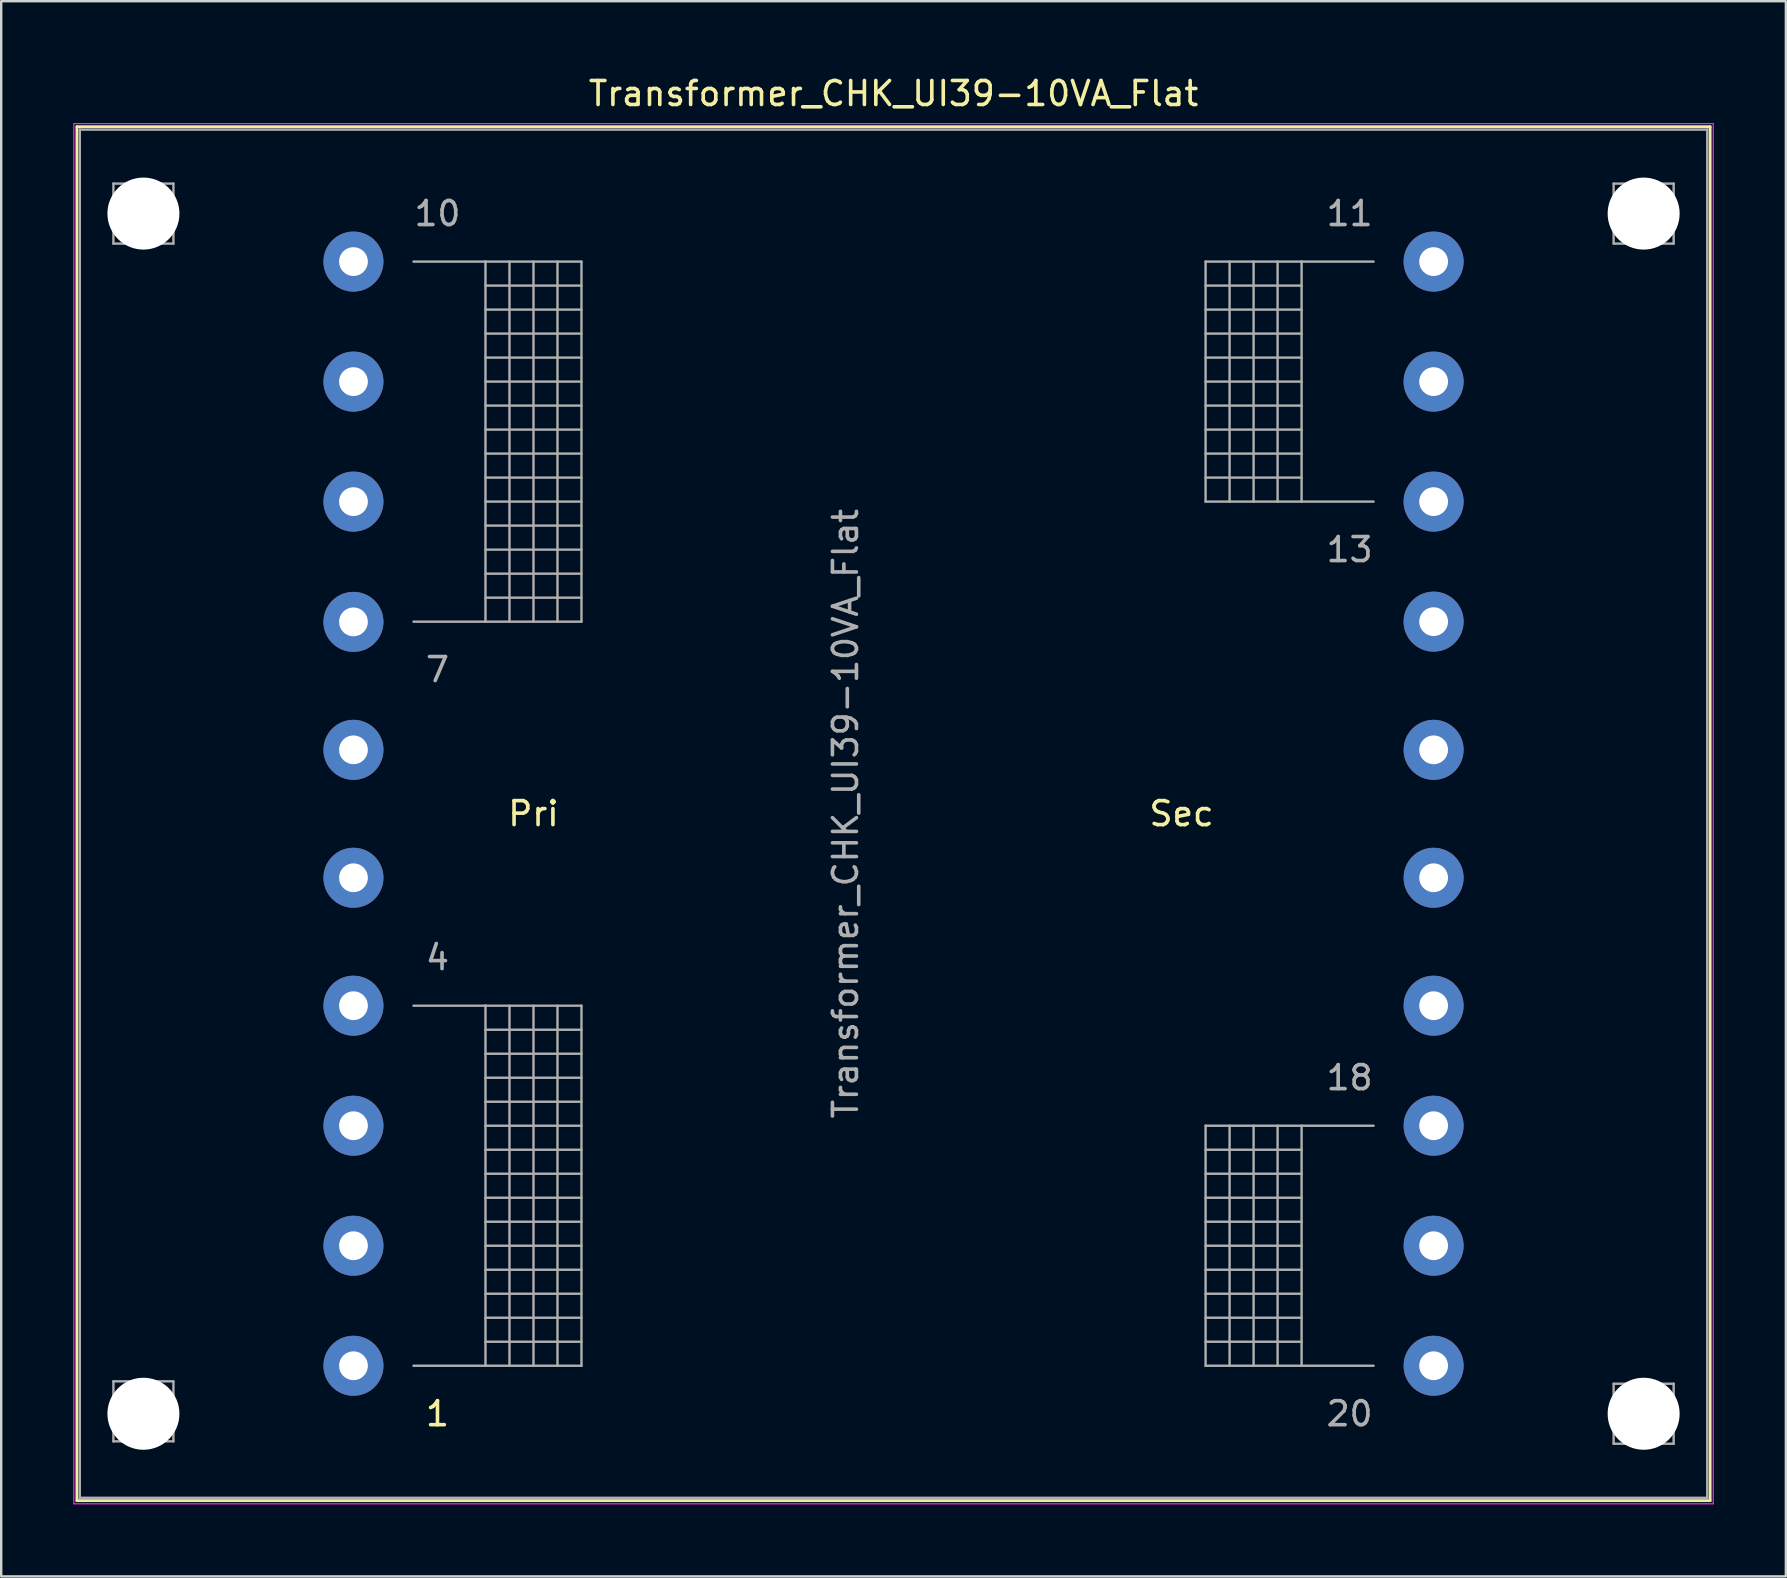
<source format=kicad_pcb>
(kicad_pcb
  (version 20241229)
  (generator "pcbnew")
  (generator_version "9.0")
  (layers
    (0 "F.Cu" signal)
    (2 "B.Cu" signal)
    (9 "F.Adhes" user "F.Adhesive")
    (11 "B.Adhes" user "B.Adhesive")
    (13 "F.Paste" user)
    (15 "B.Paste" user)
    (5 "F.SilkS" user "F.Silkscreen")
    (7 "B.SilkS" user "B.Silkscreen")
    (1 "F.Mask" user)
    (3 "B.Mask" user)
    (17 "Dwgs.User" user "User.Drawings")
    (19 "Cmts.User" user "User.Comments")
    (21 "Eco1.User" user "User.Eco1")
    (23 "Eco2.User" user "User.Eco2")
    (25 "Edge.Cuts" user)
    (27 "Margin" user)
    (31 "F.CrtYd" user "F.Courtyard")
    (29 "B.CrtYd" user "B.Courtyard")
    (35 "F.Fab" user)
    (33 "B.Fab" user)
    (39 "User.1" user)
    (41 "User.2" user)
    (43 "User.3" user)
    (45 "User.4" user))
  (footprint "Transformer_CHK_UI39-10VA_Flat"
    (layer "F.Cu")
    (at 11.675 53.848)
    (property "Reference" "Transformer_CHK_UI39-10VA_Flat" (at 22.5 -53 0) (layer "F.SilkS") (effects (font (size 1 1) (thickness 0.15))))
    (attr through_hole)
    (fp_line (start -11.52 -51.62) (end -11.52 5.62) (stroke (width 0.12) (type solid)) (layer "F.SilkS"))
    (fp_line (start -11.52 -51.62) (end 56.52 -51.62) (stroke (width 0.12) (type solid)) (layer "F.SilkS"))
    (fp_line (start 56.52 5.62) (end -11.52 5.62) (stroke (width 0.12) (type solid)) (layer "F.SilkS"))
    (fp_line (start 56.52 5.62) (end 56.52 -51.62) (stroke (width 0.12) (type solid)) (layer "F.SilkS"))
    (fp_line (start -11.65 -51.75) (end -11.65 5.75) (stroke (width 0.05) (type solid)) (layer "F.CrtYd"))
    (fp_line (start -11.65 -51.75) (end 56.65 -51.75) (stroke (width 0.05) (type solid)) (layer "F.CrtYd"))
    (fp_line (start 56.65 5.75) (end -11.65 5.75) (stroke (width 0.05) (type solid)) (layer "F.CrtYd"))
    (fp_line (start 56.65 5.75) (end 56.65 -51.75) (stroke (width 0.05) (type solid)) (layer "F.CrtYd"))
    (fp_line (start -11.4 -51.5) (end -11.4 5.5) (stroke (width 0.1) (type solid)) (layer "F.Fab"))
    (fp_line (start -11.4 5.5) (end 56.4 5.5) (stroke (width 0.1) (type solid)) (layer "F.Fab"))
    (fp_line (start -10 -49.25) (end -10 -46.75) (stroke (width 0.1) (type solid)) (layer "F.Fab"))
    (fp_line (start -10 -46.75) (end -7.5 -46.75) (stroke (width 0.1) (type solid)) (layer "F.Fab"))
    (fp_line (start -10 0.65) (end -10 3.15) (stroke (width 0.1) (type solid)) (layer "F.Fab"))
    (fp_line (start -10 3.15) (end -7.5 3.15) (stroke (width 0.1) (type solid)) (layer "F.Fab"))
    (fp_line (start -8.75 -49.25) (end -10 -49.25) (stroke (width 0.1) (type solid)) (layer "F.Fab"))
    (fp_line (start -8.75 0.65) (end -10 0.65) (stroke (width 0.1) (type solid)) (layer "F.Fab"))
    (fp_line (start -7.5 -49.25) (end -8.75 -49.25) (stroke (width 0.1) (type solid)) (layer "F.Fab"))
    (fp_line (start -7.5 -46.75) (end -7.5 -49.25) (stroke (width 0.1) (type solid)) (layer "F.Fab"))
    (fp_line (start -7.5 0.65) (end -8.75 0.65) (stroke (width 0.1) (type solid)) (layer "F.Fab"))
    (fp_line (start -7.5 3.15) (end -7.5 0.65) (stroke (width 0.1) (type solid)) (layer "F.Fab"))
    (fp_line (start 2.5 -46) (end 5.5 -46) (stroke (width 0.1) (type solid)) (layer "F.Fab"))
    (fp_line (start 2.5 -15) (end 5.5 -15) (stroke (width 0.1) (type solid)) (layer "F.Fab"))
    (fp_line (start 5.5 -46) (end 5.5 -31) (stroke (width 0.1) (type solid)) (layer "F.Fab"))
    (fp_line (start 5.5 -46) (end 9.5 -46) (stroke (width 0.1) (type solid)) (layer "F.Fab"))
    (fp_line (start 5.5 -45) (end 9.5 -45) (stroke (width 0.1) (type solid)) (layer "F.Fab"))
    (fp_line (start 5.5 -44) (end 9.5 -44) (stroke (width 0.1) (type solid)) (layer "F.Fab"))
    (fp_line (start 5.5 -43) (end 9.5 -43) (stroke (width 0.1) (type solid)) (layer "F.Fab"))
    (fp_line (start 5.5 -42) (end 9.5 -42) (stroke (width 0.1) (type solid)) (layer "F.Fab"))
    (fp_line (start 5.5 -41) (end 9.5 -41) (stroke (width 0.1) (type solid)) (layer "F.Fab"))
    (fp_line (start 5.5 -40) (end 9.5 -40) (stroke (width 0.1) (type solid)) (layer "F.Fab"))
    (fp_line (start 5.5 -39) (end 9.5 -39) (stroke (width 0.1) (type solid)) (layer "F.Fab"))
    (fp_line (start 5.5 -38) (end 9.5 -38) (stroke (width 0.1) (type solid)) (layer "F.Fab"))
    (fp_line (start 5.5 -37) (end 9.5 -37) (stroke (width 0.1) (type solid)) (layer "F.Fab"))
    (fp_line (start 5.5 -36) (end 9.5 -36) (stroke (width 0.1) (type solid)) (layer "F.Fab"))
    (fp_line (start 5.5 -35) (end 9.5 -35) (stroke (width 0.1) (type solid)) (layer "F.Fab"))
    (fp_line (start 5.5 -34) (end 9.5 -34) (stroke (width 0.1) (type solid)) (layer "F.Fab"))
    (fp_line (start 5.5 -33) (end 9.5 -33) (stroke (width 0.1) (type solid)) (layer "F.Fab"))
    (fp_line (start 5.5 -32) (end 9.5 -32) (stroke (width 0.1) (type solid)) (layer "F.Fab"))
    (fp_line (start 5.5 -31) (end 2.5 -31) (stroke (width 0.1) (type solid)) (layer "F.Fab"))
    (fp_line (start 5.5 -15) (end 5.5 0) (stroke (width 0.1) (type solid)) (layer "F.Fab"))
    (fp_line (start 5.5 -15) (end 9.5 -15) (stroke (width 0.1) (type solid)) (layer "F.Fab"))
    (fp_line (start 5.5 -14) (end 9.5 -14) (stroke (width 0.1) (type solid)) (layer "F.Fab"))
    (fp_line (start 5.5 -13) (end 9.5 -13) (stroke (width 0.1) (type solid)) (layer "F.Fab"))
    (fp_line (start 5.5 -12) (end 9.5 -12) (stroke (width 0.1) (type solid)) (layer "F.Fab"))
    (fp_line (start 5.5 -11) (end 9.5 -11) (stroke (width 0.1) (type solid)) (layer "F.Fab"))
    (fp_line (start 5.5 -10) (end 9.5 -10) (stroke (width 0.1) (type solid)) (layer "F.Fab"))
    (fp_line (start 5.5 -9) (end 9.5 -9) (stroke (width 0.1) (type solid)) (layer "F.Fab"))
    (fp_line (start 5.5 -8) (end 9.5 -8) (stroke (width 0.1) (type solid)) (layer "F.Fab"))
    (fp_line (start 5.5 -7) (end 9.5 -7) (stroke (width 0.1) (type solid)) (layer "F.Fab"))
    (fp_line (start 5.5 -6) (end 9.5 -6) (stroke (width 0.1) (type solid)) (layer "F.Fab"))
    (fp_line (start 5.5 -5) (end 9.5 -5) (stroke (width 0.1) (type solid)) (layer "F.Fab"))
    (fp_line (start 5.5 -4) (end 9.5 -4) (stroke (width 0.1) (type solid)) (layer "F.Fab"))
    (fp_line (start 5.5 -3) (end 9.5 -3) (stroke (width 0.1) (type solid)) (layer "F.Fab"))
    (fp_line (start 5.5 -2) (end 9.5 -2) (stroke (width 0.1) (type solid)) (layer "F.Fab"))
    (fp_line (start 5.5 -1) (end 9.5 -1) (stroke (width 0.1) (type solid)) (layer "F.Fab"))
    (fp_line (start 5.5 0) (end 2.5 0) (stroke (width 0.1) (type solid)) (layer "F.Fab"))
    (fp_line (start 6.5 -46) (end 6.5 -31) (stroke (width 0.1) (type solid)) (layer "F.Fab"))
    (fp_line (start 6.5 -15) (end 6.5 0) (stroke (width 0.1) (type solid)) (layer "F.Fab"))
    (fp_line (start 7.5 -31) (end 7.5 -46) (stroke (width 0.1) (type solid)) (layer "F.Fab"))
    (fp_line (start 7.5 0) (end 7.5 -15) (stroke (width 0.1) (type solid)) (layer "F.Fab"))
    (fp_line (start 8.5 -46) (end 8.5 -31) (stroke (width 0.1) (type solid)) (layer "F.Fab"))
    (fp_line (start 8.5 -15) (end 8.5 0) (stroke (width 0.1) (type solid)) (layer "F.Fab"))
    (fp_line (start 9.5 -46) (end 9.5 -31) (stroke (width 0.1) (type solid)) (layer "F.Fab"))
    (fp_line (start 9.5 -31) (end 5.5 -31) (stroke (width 0.1) (type solid)) (layer "F.Fab"))
    (fp_line (start 9.5 -15) (end 9.5 0) (stroke (width 0.1) (type solid)) (layer "F.Fab"))
    (fp_line (start 9.5 0) (end 5.5 0) (stroke (width 0.1) (type solid)) (layer "F.Fab"))
    (fp_line (start 35.5 -46) (end 35.5 -36) (stroke (width 0.1) (type solid)) (layer "F.Fab"))
    (fp_line (start 35.5 -45) (end 39.5 -45) (stroke (width 0.1) (type solid)) (layer "F.Fab"))
    (fp_line (start 35.5 -44) (end 39.5 -44) (stroke (width 0.1) (type solid)) (layer "F.Fab"))
    (fp_line (start 35.5 -43) (end 39.5 -43) (stroke (width 0.1) (type solid)) (layer "F.Fab"))
    (fp_line (start 35.5 -42) (end 39.5 -42) (stroke (width 0.1) (type solid)) (layer "F.Fab"))
    (fp_line (start 35.5 -41) (end 39.5 -41) (stroke (width 0.1) (type solid)) (layer "F.Fab"))
    (fp_line (start 35.5 -40) (end 39.5 -40) (stroke (width 0.1) (type solid)) (layer "F.Fab"))
    (fp_line (start 35.5 -39) (end 39.5 -39) (stroke (width 0.1) (type solid)) (layer "F.Fab"))
    (fp_line (start 35.5 -38) (end 39.5 -38) (stroke (width 0.1) (type solid)) (layer "F.Fab"))
    (fp_line (start 35.5 -37) (end 39.5 -37) (stroke (width 0.1) (type solid)) (layer "F.Fab"))
    (fp_line (start 35.5 -36) (end 39.5 -36) (stroke (width 0.1) (type solid)) (layer "F.Fab"))
    (fp_line (start 35.5 -10) (end 35.5 0) (stroke (width 0.1) (type solid)) (layer "F.Fab"))
    (fp_line (start 35.5 -9) (end 39.5 -9) (stroke (width 0.1) (type solid)) (layer "F.Fab"))
    (fp_line (start 35.5 -8) (end 39.5 -8) (stroke (width 0.1) (type solid)) (layer "F.Fab"))
    (fp_line (start 35.5 -7) (end 39.5 -7) (stroke (width 0.1) (type solid)) (layer "F.Fab"))
    (fp_line (start 35.5 -6) (end 39.5 -6) (stroke (width 0.1) (type solid)) (layer "F.Fab"))
    (fp_line (start 35.5 -5) (end 39.5 -5) (stroke (width 0.1) (type solid)) (layer "F.Fab"))
    (fp_line (start 35.5 -4) (end 39.5 -4) (stroke (width 0.1) (type solid)) (layer "F.Fab"))
    (fp_line (start 35.5 -3) (end 39.5 -3) (stroke (width 0.1) (type solid)) (layer "F.Fab"))
    (fp_line (start 35.5 -2) (end 39.5 -2) (stroke (width 0.1) (type solid)) (layer "F.Fab"))
    (fp_line (start 35.5 -1) (end 39.5 -1) (stroke (width 0.1) (type solid)) (layer "F.Fab"))
    (fp_line (start 35.5 0) (end 39.5 0) (stroke (width 0.1) (type solid)) (layer "F.Fab"))
    (fp_line (start 36.5 -46) (end 36.5 -36) (stroke (width 0.1) (type solid)) (layer "F.Fab"))
    (fp_line (start 36.5 -10) (end 36.5 0) (stroke (width 0.1) (type solid)) (layer "F.Fab"))
    (fp_line (start 37.5 -36) (end 37.5 -46) (stroke (width 0.1) (type solid)) (layer "F.Fab"))
    (fp_line (start 37.5 0) (end 37.5 -10) (stroke (width 0.1) (type solid)) (layer "F.Fab"))
    (fp_line (start 38.5 -46) (end 38.5 -36) (stroke (width 0.1) (type solid)) (layer "F.Fab"))
    (fp_line (start 38.5 -10) (end 38.5 0) (stroke (width 0.1) (type solid)) (layer "F.Fab"))
    (fp_line (start 39.5 -46) (end 35.5 -46) (stroke (width 0.1) (type solid)) (layer "F.Fab"))
    (fp_line (start 39.5 -46) (end 39.5 -36) (stroke (width 0.1) (type solid)) (layer "F.Fab"))
    (fp_line (start 39.5 -36) (end 42.5 -36) (stroke (width 0.1) (type solid)) (layer "F.Fab"))
    (fp_line (start 39.5 -10) (end 35.5 -10) (stroke (width 0.1) (type solid)) (layer "F.Fab"))
    (fp_line (start 39.5 -10) (end 39.5 0) (stroke (width 0.1) (type solid)) (layer "F.Fab"))
    (fp_line (start 39.5 0) (end 42.5 0) (stroke (width 0.1) (type solid)) (layer "F.Fab"))
    (fp_line (start 42.5 -46) (end 39.5 -46) (stroke (width 0.1) (type solid)) (layer "F.Fab"))
    (fp_line (start 42.5 -10) (end 39.5 -10) (stroke (width 0.1) (type solid)) (layer "F.Fab"))
    (fp_line (start 52.5 -49.25) (end 52.5 -46.75) (stroke (width 0.1) (type solid)) (layer "F.Fab"))
    (fp_line (start 52.5 -46.75) (end 55 -46.75) (stroke (width 0.1) (type solid)) (layer "F.Fab"))
    (fp_line (start 52.5 0.75) (end 52.5 3.25) (stroke (width 0.1) (type solid)) (layer "F.Fab"))
    (fp_line (start 52.5 3.25) (end 55 3.25) (stroke (width 0.1) (type solid)) (layer "F.Fab"))
    (fp_line (start 53.75 -49.25) (end 52.5 -49.25) (stroke (width 0.1) (type solid)) (layer "F.Fab"))
    (fp_line (start 53.75 0.75) (end 52.5 0.75) (stroke (width 0.1) (type solid)) (layer "F.Fab"))
    (fp_line (start 55 -49.25) (end 53.75 -49.25) (stroke (width 0.1) (type solid)) (layer "F.Fab"))
    (fp_line (start 55 -46.75) (end 55 -49.25) (stroke (width 0.1) (type solid)) (layer "F.Fab"))
    (fp_line (start 55 0.75) (end 53.75 0.75) (stroke (width 0.1) (type solid)) (layer "F.Fab"))
    (fp_line (start 55 3.25) (end 55 0.75) (stroke (width 0.1) (type solid)) (layer "F.Fab"))
    (fp_line (start 56.4 -51.5) (end -11.4 -51.5) (stroke (width 0.1) (type solid)) (layer "F.Fab"))
    (fp_line (start 56.4 5.5) (end 56.4 -51.5) (stroke (width 0.1) (type solid)) (layer "F.Fab"))
    (fp_text user "Sec" (at 34.5 -23 0) (layer "F.SilkS") (effects (font (size 1 1) (thickness 0.15))))
    (fp_text user "1" (at 3.5 2 0) (layer "F.SilkS") (effects (font (size 1 1) (thickness 0.15))))
    (fp_text user "Pri" (at 7.5 -23 0) (layer "F.SilkS") (effects (font (size 1 1) (thickness 0.15))))
    (fp_text user "13" (at 41.5 -34 0) (layer "F.Fab") (effects (font (size 1 1) (thickness 0.15))))
    (fp_text user "${REFERENCE}" (at 20.5 -23 90) (layer "F.Fab") (effects (font (size 1 1) (thickness 0.15))))
    (fp_text user "4" (at 3.5 -17 0) (layer "F.Fab") (effects (font (size 1 1) (thickness 0.15))))
    (fp_text user "11" (at 41.5 -48 0) (layer "F.Fab") (effects (font (size 1 1) (thickness 0.15))))
    (fp_text user "20" (at 41.5 2 0) (layer "F.Fab") (effects (font (size 1 1) (thickness 0.15))))
    (fp_text user "7" (at 3.5 -29 0) (layer "F.Fab") (effects (font (size 1 1) (thickness 0.15))))
    (fp_text user "18" (at 41.5 -12 0) (layer "F.Fab") (effects (font (size 1 1) (thickness 0.15))))
    (fp_text user "10" (at 3.5 -48 0) (layer "F.Fab") (effects (font (size 1 1) (thickness 0.15))))
    (pad "" np_thru_hole circle (at -8.75 -48) (size 3 3) (drill 3) (layers "*.Cu" "*.Mask"))
    (pad "" np_thru_hole circle (at -8.75 2) (size 3 3) (drill 3) (layers "*.Cu" "*.Mask"))
    (pad "" np_thru_hole circle (at 53.75 -48) (size 3 3) (drill 3) (layers "*.Cu" "*.Mask"))
    (pad "" np_thru_hole circle (at 53.75 2) (size 3 3) (drill 3) (layers "*.Cu" "*.Mask"))
    (pad "1" thru_hole circle (at 0 0) (size 2.5 2.5) (drill 1.2) (layers "*.Cu" "*.Mask"))
    (pad "2" thru_hole circle (at 0 -5) (size 2.5 2.5) (drill 1.2) (layers "*.Cu" "*.Mask"))
    (pad "3" thru_hole circle (at 0 -10) (size 2.5 2.5) (drill 1.2) (layers "*.Cu" "*.Mask"))
    (pad "4" thru_hole circle (at 0 -15) (size 2.5 2.5) (drill 1.2) (layers "*.Cu" "*.Mask"))
    (pad "5" thru_hole circle (at 0 -20.33) (size 2.5 2.5) (drill 1.2) (layers "*.Cu" "*.Mask"))
    (pad "6" thru_hole circle (at 0 -25.66) (size 2.5 2.5) (drill 1.2) (layers "*.Cu" "*.Mask"))
    (pad "7" thru_hole circle (at 0 -30.99) (size 2.5 2.5) (drill 1.2) (layers "*.Cu" "*.Mask"))
    (pad "8" thru_hole circle (at 0 -36) (size 2.5 2.5) (drill 1.2) (layers "*.Cu" "*.Mask"))
    (pad "9" thru_hole circle (at 0 -41) (size 2.5 2.5) (drill 1.2) (layers "*.Cu" "*.Mask"))
    (pad "10" thru_hole circle (at 0 -46) (size 2.5 2.5) (drill 1.2) (layers "*.Cu" "*.Mask"))
    (pad "11" thru_hole circle (at 45 -46) (size 2.5 2.5) (drill 1.2) (layers "*.Cu" "*.Mask"))
    (pad "12" thru_hole circle (at 45 -41) (size 2.5 2.5) (drill 1.2) (layers "*.Cu" "*.Mask"))
    (pad "13" thru_hole circle (at 45 -36) (size 2.5 2.5) (drill 1.2) (layers "*.Cu" "*.Mask"))
    (pad "14" thru_hole circle (at 45 -31) (size 2.5 2.5) (drill 1.2) (layers "*.Cu" "*.Mask"))
    (pad "15" thru_hole circle (at 45 -25.66) (size 2.5 2.5) (drill 1.2) (layers "*.Cu" "*.Mask"))
    (pad "16" thru_hole circle (at 45 -20.33) (size 2.5 2.5) (drill 1.2) (layers "*.Cu" "*.Mask"))
    (pad "17" thru_hole circle (at 45 -15) (size 2.5 2.5) (drill 1.2) (layers "*.Cu" "*.Mask"))
    (pad "18" thru_hole circle (at 45 -10) (size 2.5 2.5) (drill 1.2) (layers "*.Cu" "*.Mask"))
    (pad "19" thru_hole circle (at 45 -5) (size 2.5 2.5) (drill 1.2) (layers "*.Cu" "*.Mask"))
    (pad "20" thru_hole circle (at 45 0) (size 2.5 2.5) (drill 1.2) (layers "*.Cu" "*.Mask")))
  (gr_rect
    (start -3 -3)
    (end 71.35 62.623)
    (stroke (width 0.1) (type default))
    (fill no)
    (layer "Edge.Cuts")))
</source>
